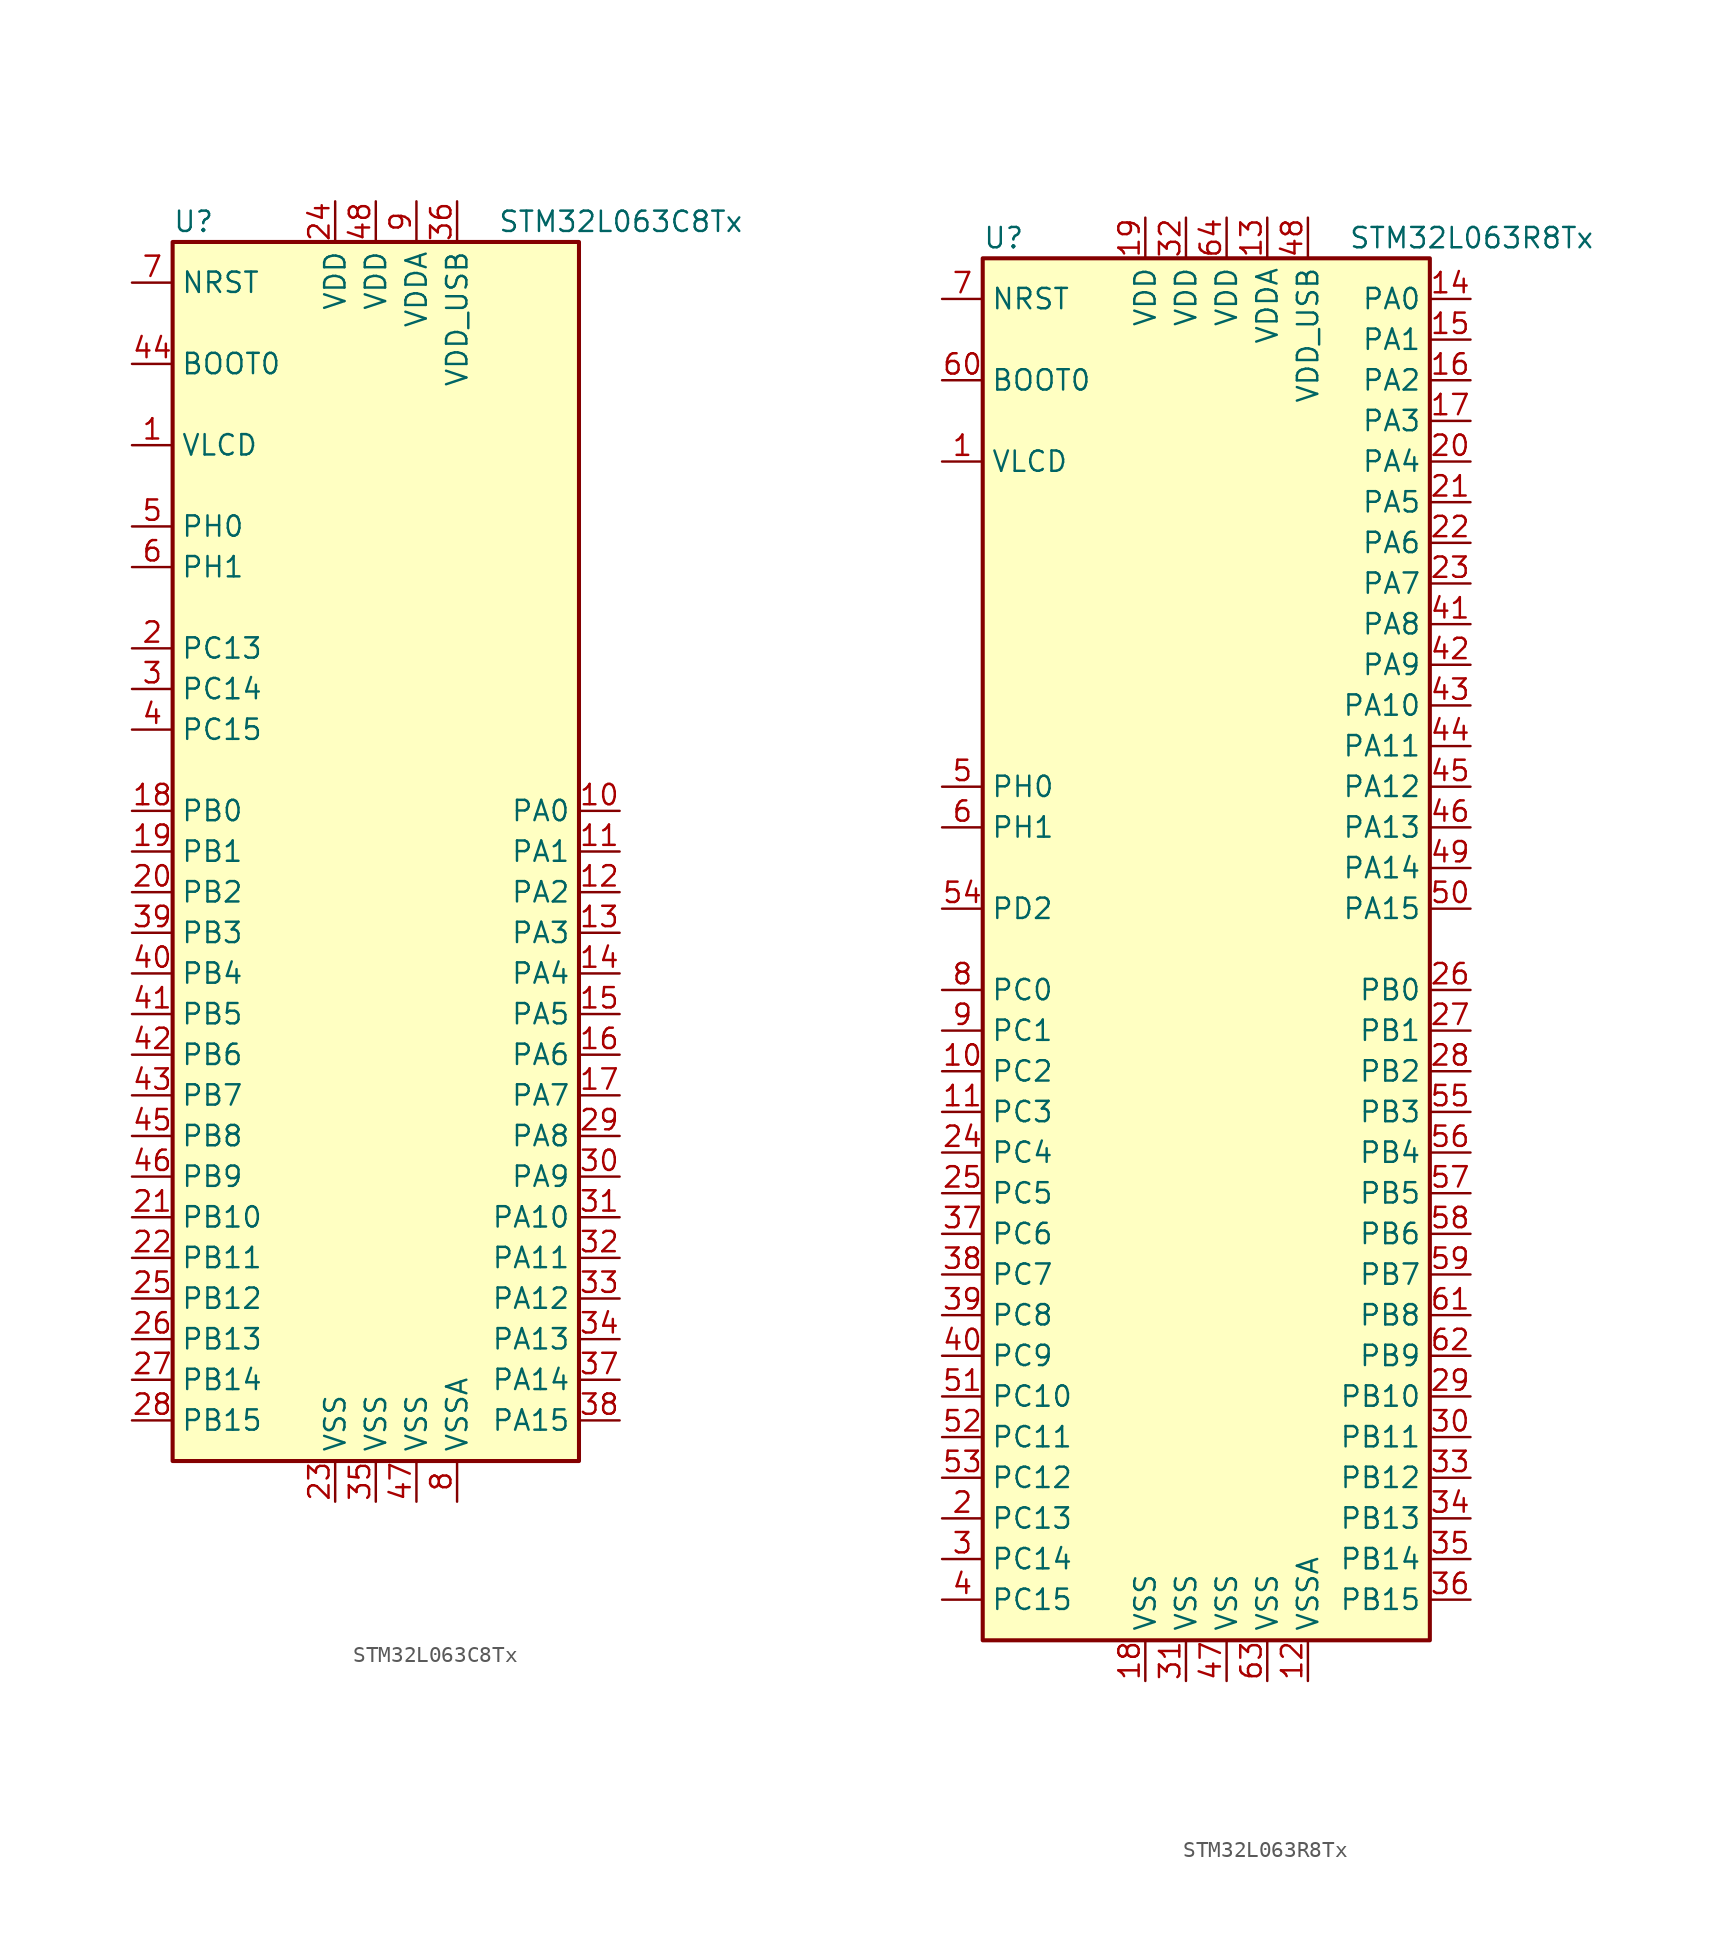
<source format=kicad_sym>
(kicad_symbol_lib
  (version 20201005)
  (generator kicad_symbol_editor)
  (symbol "STM32L063C8Tx"
    (property "Reference" "U"
      (at -12.7 39.37 0)
      (effects (font (size 1.27 1.27)) (justify left)))
    (property "Value" "STM32L063C8Tx"
      (at 7.62 39.37 0)
      (effects (font (size 1.27 1.27)) (justify left)))
    (symbol "STM32L063C8Tx_0_1"
      (rectangle (start -12.7 -38.1) (end 12.7 38.1) (stroke (width 0.254)) (fill (type background))))
    (symbol "STM32L063C8Tx_1_1"
      (pin input line (at -15.24 30.48 0) (length 2.54) (name "BOOT0" (effects (font (size 1.27 1.27)))) (number "44" (effects (font (size 1.27 1.27)))))
      (pin input line (at -15.24 35.56 0) (length 2.54) (name "NRST" (effects (font (size 1.27 1.27)))) (number "7" (effects (font (size 1.27 1.27)))))
      (pin bidirectional line (at 15.24 2.54 180) (length 2.54) (name "PA0" (effects (font (size 1.27 1.27)))) (number "10" (effects (font (size 1.27 1.27)))))
      (pin bidirectional line (at 15.24 0 180) (length 2.54) (name "PA1" (effects (font (size 1.27 1.27)))) (number "11" (effects (font (size 1.27 1.27)))))
      (pin bidirectional line (at 15.24 -22.86 180) (length 2.54) (name "PA10" (effects (font (size 1.27 1.27)))) (number "31" (effects (font (size 1.27 1.27)))))
      (pin bidirectional line (at 15.24 -25.4 180) (length 2.54) (name "PA11" (effects (font (size 1.27 1.27)))) (number "32" (effects (font (size 1.27 1.27)))))
      (pin bidirectional line (at 15.24 -27.94 180) (length 2.54) (name "PA12" (effects (font (size 1.27 1.27)))) (number "33" (effects (font (size 1.27 1.27)))))
      (pin bidirectional line (at 15.24 -30.48 180) (length 2.54) (name "PA13" (effects (font (size 1.27 1.27)))) (number "34" (effects (font (size 1.27 1.27)))))
      (pin bidirectional line (at 15.24 -33.02 180) (length 2.54) (name "PA14" (effects (font (size 1.27 1.27)))) (number "37" (effects (font (size 1.27 1.27)))))
      (pin bidirectional line (at 15.24 -35.56 180) (length 2.54) (name "PA15" (effects (font (size 1.27 1.27)))) (number "38" (effects (font (size 1.27 1.27)))))
      (pin bidirectional line (at 15.24 -2.54 180) (length 2.54) (name "PA2" (effects (font (size 1.27 1.27)))) (number "12" (effects (font (size 1.27 1.27)))))
      (pin bidirectional line (at 15.24 -5.08 180) (length 2.54) (name "PA3" (effects (font (size 1.27 1.27)))) (number "13" (effects (font (size 1.27 1.27)))))
      (pin bidirectional line (at 15.24 -7.62 180) (length 2.54) (name "PA4" (effects (font (size 1.27 1.27)))) (number "14" (effects (font (size 1.27 1.27)))))
      (pin bidirectional line (at 15.24 -10.16 180) (length 2.54) (name "PA5" (effects (font (size 1.27 1.27)))) (number "15" (effects (font (size 1.27 1.27)))))
      (pin bidirectional line (at 15.24 -12.7 180) (length 2.54) (name "PA6" (effects (font (size 1.27 1.27)))) (number "16" (effects (font (size 1.27 1.27)))))
      (pin bidirectional line (at 15.24 -15.24 180) (length 2.54) (name "PA7" (effects (font (size 1.27 1.27)))) (number "17" (effects (font (size 1.27 1.27)))))
      (pin bidirectional line (at 15.24 -17.78 180) (length 2.54) (name "PA8" (effects (font (size 1.27 1.27)))) (number "29" (effects (font (size 1.27 1.27)))))
      (pin bidirectional line (at 15.24 -20.32 180) (length 2.54) (name "PA9" (effects (font (size 1.27 1.27)))) (number "30" (effects (font (size 1.27 1.27)))))
      (pin bidirectional line (at -15.24 2.54 0) (length 2.54) (name "PB0" (effects (font (size 1.27 1.27)))) (number "18" (effects (font (size 1.27 1.27)))))
      (pin bidirectional line (at -15.24 0 0) (length 2.54) (name "PB1" (effects (font (size 1.27 1.27)))) (number "19" (effects (font (size 1.27 1.27)))))
      (pin bidirectional line (at -15.24 -22.86 0) (length 2.54) (name "PB10" (effects (font (size 1.27 1.27)))) (number "21" (effects (font (size 1.27 1.27)))))
      (pin bidirectional line (at -15.24 -25.4 0) (length 2.54) (name "PB11" (effects (font (size 1.27 1.27)))) (number "22" (effects (font (size 1.27 1.27)))))
      (pin bidirectional line (at -15.24 -27.94 0) (length 2.54) (name "PB12" (effects (font (size 1.27 1.27)))) (number "25" (effects (font (size 1.27 1.27)))))
      (pin bidirectional line (at -15.24 -30.48 0) (length 2.54) (name "PB13" (effects (font (size 1.27 1.27)))) (number "26" (effects (font (size 1.27 1.27)))))
      (pin bidirectional line (at -15.24 -33.02 0) (length 2.54) (name "PB14" (effects (font (size 1.27 1.27)))) (number "27" (effects (font (size 1.27 1.27)))))
      (pin bidirectional line (at -15.24 -35.56 0) (length 2.54) (name "PB15" (effects (font (size 1.27 1.27)))) (number "28" (effects (font (size 1.27 1.27)))))
      (pin bidirectional line (at -15.24 -2.54 0) (length 2.54) (name "PB2" (effects (font (size 1.27 1.27)))) (number "20" (effects (font (size 1.27 1.27)))))
      (pin bidirectional line (at -15.24 -5.08 0) (length 2.54) (name "PB3" (effects (font (size 1.27 1.27)))) (number "39" (effects (font (size 1.27 1.27)))))
      (pin bidirectional line (at -15.24 -7.62 0) (length 2.54) (name "PB4" (effects (font (size 1.27 1.27)))) (number "40" (effects (font (size 1.27 1.27)))))
      (pin bidirectional line (at -15.24 -10.16 0) (length 2.54) (name "PB5" (effects (font (size 1.27 1.27)))) (number "41" (effects (font (size 1.27 1.27)))))
      (pin bidirectional line (at -15.24 -12.7 0) (length 2.54) (name "PB6" (effects (font (size 1.27 1.27)))) (number "42" (effects (font (size 1.27 1.27)))))
      (pin bidirectional line (at -15.24 -15.24 0) (length 2.54) (name "PB7" (effects (font (size 1.27 1.27)))) (number "43" (effects (font (size 1.27 1.27)))))
      (pin bidirectional line (at -15.24 -17.78 0) (length 2.54) (name "PB8" (effects (font (size 1.27 1.27)))) (number "45" (effects (font (size 1.27 1.27)))))
      (pin bidirectional line (at -15.24 -20.32 0) (length 2.54) (name "PB9" (effects (font (size 1.27 1.27)))) (number "46" (effects (font (size 1.27 1.27)))))
      (pin bidirectional line (at -15.24 12.7 0) (length 2.54) (name "PC13" (effects (font (size 1.27 1.27)))) (number "2" (effects (font (size 1.27 1.27)))))
      (pin bidirectional line (at -15.24 10.16 0) (length 2.54) (name "PC14" (effects (font (size 1.27 1.27)))) (number "3" (effects (font (size 1.27 1.27)))))
      (pin bidirectional line (at -15.24 7.62 0) (length 2.54) (name "PC15" (effects (font (size 1.27 1.27)))) (number "4" (effects (font (size 1.27 1.27)))))
      (pin input line (at -15.24 20.32 0) (length 2.54) (name "PH0" (effects (font (size 1.27 1.27)))) (number "5" (effects (font (size 1.27 1.27)))))
      (pin input line (at -15.24 17.78 0) (length 2.54) (name "PH1" (effects (font (size 1.27 1.27)))) (number "6" (effects (font (size 1.27 1.27)))))
      (pin power_in line (at -2.54 40.64 270) (length 2.54) (name "VDD" (effects (font (size 1.27 1.27)))) (number "24" (effects (font (size 1.27 1.27)))))
      (pin power_in line (at 0 40.64 270) (length 2.54) (name "VDD" (effects (font (size 1.27 1.27)))) (number "48" (effects (font (size 1.27 1.27)))))
      (pin power_in line (at 2.54 40.64 270) (length 2.54) (name "VDDA" (effects (font (size 1.27 1.27)))) (number "9" (effects (font (size 1.27 1.27)))))
      (pin power_in line (at 5.08 40.64 270) (length 2.54) (name "VDD_USB" (effects (font (size 1.27 1.27)))) (number "36" (effects (font (size 1.27 1.27)))))
      (pin power_in line (at -15.24 25.4 0) (length 2.54) (name "VLCD" (effects (font (size 1.27 1.27)))) (number "1" (effects (font (size 1.27 1.27)))))
      (pin power_in line (at -2.54 -40.64 90) (length 2.54) (name "VSS" (effects (font (size 1.27 1.27)))) (number "23" (effects (font (size 1.27 1.27)))))
      (pin power_in line (at 0 -40.64 90) (length 2.54) (name "VSS" (effects (font (size 1.27 1.27)))) (number "35" (effects (font (size 1.27 1.27)))))
      (pin power_in line (at 2.54 -40.64 90) (length 2.54) (name "VSS" (effects (font (size 1.27 1.27)))) (number "47" (effects (font (size 1.27 1.27)))))
      (pin power_in line (at 5.08 -40.64 90) (length 2.54) (name "VSSA" (effects (font (size 1.27 1.27)))) (number "8" (effects (font (size 1.27 1.27)))))))
  (symbol "STM32L063R8Tx"
    (property "Reference" "U"
      (at -15.24 44.45 0)
      (effects (font (size 1.27 1.27)) (justify left)))
    (property "Value" "STM32L063R8Tx"
      (at 7.62 44.45 0)
      (effects (font (size 1.27 1.27)) (justify left)))
    (symbol "STM32L063R8Tx_0_1"
      (rectangle (start -15.24 -43.18) (end 12.7 43.18) (stroke (width 0.254)) (fill (type background))))
    (symbol "STM32L063R8Tx_1_1"
      (pin input line (at -17.78 35.56 0) (length 2.54) (name "BOOT0" (effects (font (size 1.27 1.27)))) (number "60" (effects (font (size 1.27 1.27)))))
      (pin input line (at -17.78 40.64 0) (length 2.54) (name "NRST" (effects (font (size 1.27 1.27)))) (number "7" (effects (font (size 1.27 1.27)))))
      (pin bidirectional line (at 15.24 40.64 180) (length 2.54) (name "PA0" (effects (font (size 1.27 1.27)))) (number "14" (effects (font (size 1.27 1.27)))))
      (pin bidirectional line (at 15.24 38.1 180) (length 2.54) (name "PA1" (effects (font (size 1.27 1.27)))) (number "15" (effects (font (size 1.27 1.27)))))
      (pin bidirectional line (at 15.24 15.24 180) (length 2.54) (name "PA10" (effects (font (size 1.27 1.27)))) (number "43" (effects (font (size 1.27 1.27)))))
      (pin bidirectional line (at 15.24 12.7 180) (length 2.54) (name "PA11" (effects (font (size 1.27 1.27)))) (number "44" (effects (font (size 1.27 1.27)))))
      (pin bidirectional line (at 15.24 10.16 180) (length 2.54) (name "PA12" (effects (font (size 1.27 1.27)))) (number "45" (effects (font (size 1.27 1.27)))))
      (pin bidirectional line (at 15.24 7.62 180) (length 2.54) (name "PA13" (effects (font (size 1.27 1.27)))) (number "46" (effects (font (size 1.27 1.27)))))
      (pin bidirectional line (at 15.24 5.08 180) (length 2.54) (name "PA14" (effects (font (size 1.27 1.27)))) (number "49" (effects (font (size 1.27 1.27)))))
      (pin bidirectional line (at 15.24 2.54 180) (length 2.54) (name "PA15" (effects (font (size 1.27 1.27)))) (number "50" (effects (font (size 1.27 1.27)))))
      (pin bidirectional line (at 15.24 35.56 180) (length 2.54) (name "PA2" (effects (font (size 1.27 1.27)))) (number "16" (effects (font (size 1.27 1.27)))))
      (pin bidirectional line (at 15.24 33.02 180) (length 2.54) (name "PA3" (effects (font (size 1.27 1.27)))) (number "17" (effects (font (size 1.27 1.27)))))
      (pin bidirectional line (at 15.24 30.48 180) (length 2.54) (name "PA4" (effects (font (size 1.27 1.27)))) (number "20" (effects (font (size 1.27 1.27)))))
      (pin bidirectional line (at 15.24 27.94 180) (length 2.54) (name "PA5" (effects (font (size 1.27 1.27)))) (number "21" (effects (font (size 1.27 1.27)))))
      (pin bidirectional line (at 15.24 25.4 180) (length 2.54) (name "PA6" (effects (font (size 1.27 1.27)))) (number "22" (effects (font (size 1.27 1.27)))))
      (pin bidirectional line (at 15.24 22.86 180) (length 2.54) (name "PA7" (effects (font (size 1.27 1.27)))) (number "23" (effects (font (size 1.27 1.27)))))
      (pin bidirectional line (at 15.24 20.32 180) (length 2.54) (name "PA8" (effects (font (size 1.27 1.27)))) (number "41" (effects (font (size 1.27 1.27)))))
      (pin bidirectional line (at 15.24 17.78 180) (length 2.54) (name "PA9" (effects (font (size 1.27 1.27)))) (number "42" (effects (font (size 1.27 1.27)))))
      (pin bidirectional line (at 15.24 -2.54 180) (length 2.54) (name "PB0" (effects (font (size 1.27 1.27)))) (number "26" (effects (font (size 1.27 1.27)))))
      (pin bidirectional line (at 15.24 -5.08 180) (length 2.54) (name "PB1" (effects (font (size 1.27 1.27)))) (number "27" (effects (font (size 1.27 1.27)))))
      (pin bidirectional line (at 15.24 -27.94 180) (length 2.54) (name "PB10" (effects (font (size 1.27 1.27)))) (number "29" (effects (font (size 1.27 1.27)))))
      (pin bidirectional line (at 15.24 -30.48 180) (length 2.54) (name "PB11" (effects (font (size 1.27 1.27)))) (number "30" (effects (font (size 1.27 1.27)))))
      (pin bidirectional line (at 15.24 -33.02 180) (length 2.54) (name "PB12" (effects (font (size 1.27 1.27)))) (number "33" (effects (font (size 1.27 1.27)))))
      (pin bidirectional line (at 15.24 -35.56 180) (length 2.54) (name "PB13" (effects (font (size 1.27 1.27)))) (number "34" (effects (font (size 1.27 1.27)))))
      (pin bidirectional line (at 15.24 -38.1 180) (length 2.54) (name "PB14" (effects (font (size 1.27 1.27)))) (number "35" (effects (font (size 1.27 1.27)))))
      (pin bidirectional line (at 15.24 -40.64 180) (length 2.54) (name "PB15" (effects (font (size 1.27 1.27)))) (number "36" (effects (font (size 1.27 1.27)))))
      (pin bidirectional line (at 15.24 -7.62 180) (length 2.54) (name "PB2" (effects (font (size 1.27 1.27)))) (number "28" (effects (font (size 1.27 1.27)))))
      (pin bidirectional line (at 15.24 -10.16 180) (length 2.54) (name "PB3" (effects (font (size 1.27 1.27)))) (number "55" (effects (font (size 1.27 1.27)))))
      (pin bidirectional line (at 15.24 -12.7 180) (length 2.54) (name "PB4" (effects (font (size 1.27 1.27)))) (number "56" (effects (font (size 1.27 1.27)))))
      (pin bidirectional line (at 15.24 -15.24 180) (length 2.54) (name "PB5" (effects (font (size 1.27 1.27)))) (number "57" (effects (font (size 1.27 1.27)))))
      (pin bidirectional line (at 15.24 -17.78 180) (length 2.54) (name "PB6" (effects (font (size 1.27 1.27)))) (number "58" (effects (font (size 1.27 1.27)))))
      (pin bidirectional line (at 15.24 -20.32 180) (length 2.54) (name "PB7" (effects (font (size 1.27 1.27)))) (number "59" (effects (font (size 1.27 1.27)))))
      (pin bidirectional line (at 15.24 -22.86 180) (length 2.54) (name "PB8" (effects (font (size 1.27 1.27)))) (number "61" (effects (font (size 1.27 1.27)))))
      (pin bidirectional line (at 15.24 -25.4 180) (length 2.54) (name "PB9" (effects (font (size 1.27 1.27)))) (number "62" (effects (font (size 1.27 1.27)))))
      (pin bidirectional line (at -17.78 -2.54 0) (length 2.54) (name "PC0" (effects (font (size 1.27 1.27)))) (number "8" (effects (font (size 1.27 1.27)))))
      (pin bidirectional line (at -17.78 -5.08 0) (length 2.54) (name "PC1" (effects (font (size 1.27 1.27)))) (number "9" (effects (font (size 1.27 1.27)))))
      (pin bidirectional line (at -17.78 -27.94 0) (length 2.54) (name "PC10" (effects (font (size 1.27 1.27)))) (number "51" (effects (font (size 1.27 1.27)))))
      (pin bidirectional line (at -17.78 -30.48 0) (length 2.54) (name "PC11" (effects (font (size 1.27 1.27)))) (number "52" (effects (font (size 1.27 1.27)))))
      (pin bidirectional line (at -17.78 -33.02 0) (length 2.54) (name "PC12" (effects (font (size 1.27 1.27)))) (number "53" (effects (font (size 1.27 1.27)))))
      (pin bidirectional line (at -17.78 -35.56 0) (length 2.54) (name "PC13" (effects (font (size 1.27 1.27)))) (number "2" (effects (font (size 1.27 1.27)))))
      (pin bidirectional line (at -17.78 -38.1 0) (length 2.54) (name "PC14" (effects (font (size 1.27 1.27)))) (number "3" (effects (font (size 1.27 1.27)))))
      (pin bidirectional line (at -17.78 -40.64 0) (length 2.54) (name "PC15" (effects (font (size 1.27 1.27)))) (number "4" (effects (font (size 1.27 1.27)))))
      (pin bidirectional line (at -17.78 -7.62 0) (length 2.54) (name "PC2" (effects (font (size 1.27 1.27)))) (number "10" (effects (font (size 1.27 1.27)))))
      (pin bidirectional line (at -17.78 -10.16 0) (length 2.54) (name "PC3" (effects (font (size 1.27 1.27)))) (number "11" (effects (font (size 1.27 1.27)))))
      (pin bidirectional line (at -17.78 -12.7 0) (length 2.54) (name "PC4" (effects (font (size 1.27 1.27)))) (number "24" (effects (font (size 1.27 1.27)))))
      (pin bidirectional line (at -17.78 -15.24 0) (length 2.54) (name "PC5" (effects (font (size 1.27 1.27)))) (number "25" (effects (font (size 1.27 1.27)))))
      (pin bidirectional line (at -17.78 -17.78 0) (length 2.54) (name "PC6" (effects (font (size 1.27 1.27)))) (number "37" (effects (font (size 1.27 1.27)))))
      (pin bidirectional line (at -17.78 -20.32 0) (length 2.54) (name "PC7" (effects (font (size 1.27 1.27)))) (number "38" (effects (font (size 1.27 1.27)))))
      (pin bidirectional line (at -17.78 -22.86 0) (length 2.54) (name "PC8" (effects (font (size 1.27 1.27)))) (number "39" (effects (font (size 1.27 1.27)))))
      (pin bidirectional line (at -17.78 -25.4 0) (length 2.54) (name "PC9" (effects (font (size 1.27 1.27)))) (number "40" (effects (font (size 1.27 1.27)))))
      (pin bidirectional line (at -17.78 2.54 0) (length 2.54) (name "PD2" (effects (font (size 1.27 1.27)))) (number "54" (effects (font (size 1.27 1.27)))))
      (pin input line (at -17.78 10.16 0) (length 2.54) (name "PH0" (effects (font (size 1.27 1.27)))) (number "5" (effects (font (size 1.27 1.27)))))
      (pin input line (at -17.78 7.62 0) (length 2.54) (name "PH1" (effects (font (size 1.27 1.27)))) (number "6" (effects (font (size 1.27 1.27)))))
      (pin power_in line (at -5.08 45.72 270) (length 2.54) (name "VDD" (effects (font (size 1.27 1.27)))) (number "19" (effects (font (size 1.27 1.27)))))
      (pin power_in line (at -2.54 45.72 270) (length 2.54) (name "VDD" (effects (font (size 1.27 1.27)))) (number "32" (effects (font (size 1.27 1.27)))))
      (pin power_in line (at 0 45.72 270) (length 2.54) (name "VDD" (effects (font (size 1.27 1.27)))) (number "64" (effects (font (size 1.27 1.27)))))
      (pin power_in line (at 2.54 45.72 270) (length 2.54) (name "VDDA" (effects (font (size 1.27 1.27)))) (number "13" (effects (font (size 1.27 1.27)))))
      (pin power_in line (at 5.08 45.72 270) (length 2.54) (name "VDD_USB" (effects (font (size 1.27 1.27)))) (number "48" (effects (font (size 1.27 1.27)))))
      (pin power_in line (at -17.78 30.48 0) (length 2.54) (name "VLCD" (effects (font (size 1.27 1.27)))) (number "1" (effects (font (size 1.27 1.27)))))
      (pin power_in line (at -5.08 -45.72 90) (length 2.54) (name "VSS" (effects (font (size 1.27 1.27)))) (number "18" (effects (font (size 1.27 1.27)))))
      (pin power_in line (at -2.54 -45.72 90) (length 2.54) (name "VSS" (effects (font (size 1.27 1.27)))) (number "31" (effects (font (size 1.27 1.27)))))
      (pin power_in line (at 0 -45.72 90) (length 2.54) (name "VSS" (effects (font (size 1.27 1.27)))) (number "47" (effects (font (size 1.27 1.27)))))
      (pin power_in line (at 2.54 -45.72 90) (length 2.54) (name "VSS" (effects (font (size 1.27 1.27)))) (number "63" (effects (font (size 1.27 1.27)))))
      (pin power_in line (at 5.08 -45.72 90) (length 2.54) (name "VSSA" (effects (font (size 1.27 1.27)))) (number "12" (effects (font (size 1.27 1.27))))))))
</source>
